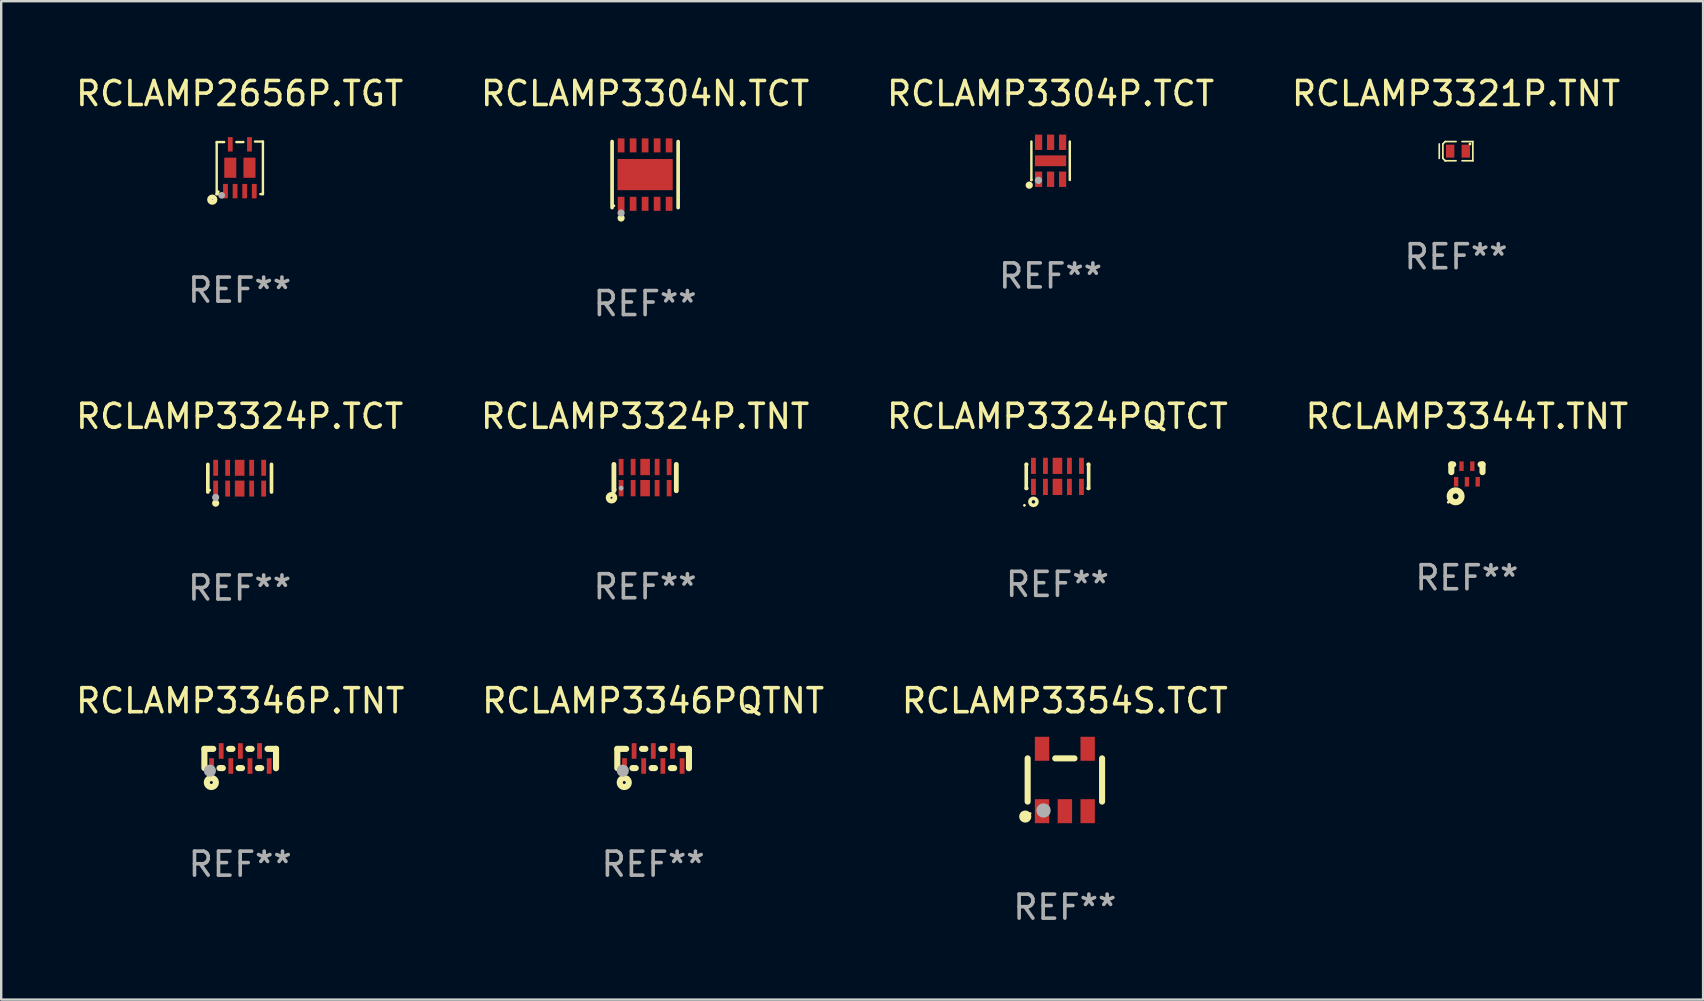
<source format=kicad_pcb>
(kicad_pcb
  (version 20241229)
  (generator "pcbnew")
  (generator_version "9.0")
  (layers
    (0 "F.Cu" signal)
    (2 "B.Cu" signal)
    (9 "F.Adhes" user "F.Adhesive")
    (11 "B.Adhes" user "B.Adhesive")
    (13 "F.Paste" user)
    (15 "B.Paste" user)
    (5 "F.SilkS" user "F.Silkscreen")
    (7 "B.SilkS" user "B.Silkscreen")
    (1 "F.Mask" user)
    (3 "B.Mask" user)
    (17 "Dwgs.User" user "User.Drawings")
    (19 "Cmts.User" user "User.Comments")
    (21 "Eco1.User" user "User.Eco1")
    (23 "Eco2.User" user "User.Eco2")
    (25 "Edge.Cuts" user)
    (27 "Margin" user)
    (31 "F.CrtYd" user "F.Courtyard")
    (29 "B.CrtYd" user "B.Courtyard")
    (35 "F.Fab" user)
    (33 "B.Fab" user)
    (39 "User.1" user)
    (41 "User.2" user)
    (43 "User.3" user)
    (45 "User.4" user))
  (footprint "RCLAMP3324PQTCT"
    (layer "F.Cu")
    (at 41.006 16.797)
    (property "Reference" "RCLAMP3324PQTCT" (at 0 -2.5 0) (layer "F.SilkS") (effects (font (size 1 1) (thickness 0.15))))
    (attr through_hole)
    (fp_line (start -1.3 -0.5) (end -1.3 0.5) (stroke (width 0.15) (type solid)) (layer "F.SilkS"))
    (fp_line (start -1.3 -0.5) (end -1.279 -0.5) (stroke (width 0.15) (type solid)) (layer "F.SilkS"))
    (fp_line (start -1.3 0.5) (end -1.279 0.5) (stroke (width 0.15) (type solid)) (layer "F.SilkS"))
    (fp_line (start 1.279 -0.5) (end 1.3 -0.5) (stroke (width 0.15) (type solid)) (layer "F.SilkS"))
    (fp_line (start 1.279 0.5) (end 1.3 0.5) (stroke (width 0.15) (type solid)) (layer "F.SilkS"))
    (fp_line (start 1.3 -0.5) (end 1.3 0.5) (stroke (width 0.15) (type solid)) (layer "F.SilkS"))
    (fp_circle (center -1.375 1.207) (end -1.345 1.207) (stroke (width 0.06) (type solid)) (fill no) (layer "F.SilkS"))
    (fp_circle (center -1 1.06) (end -0.928 1.06) (stroke (width 0.15) (type solid)) (fill no) (layer "F.SilkS"))
    (fp_text user "REF**" (at 0 4.5 0) (layer "F.Fab") (effects (font (size 1 1) (thickness 0.15))))
    (pad "1" smd rect (at -1 0.438) (size 0.2 0.675) (layers "F.Cu" "F.Mask" "F.Paste"))
    (pad "2" smd rect (at -0.5 0.438) (size 0.2 0.675) (layers "F.Cu" "F.Mask" "F.Paste"))
    (pad "3" smd rect (at 0 0.438) (size 0.4 0.675) (layers "F.Cu" "F.Mask" "F.Paste"))
    (pad "4" smd rect (at 0.5 0.438) (size 0.2 0.675) (layers "F.Cu" "F.Mask" "F.Paste"))
    (pad "5" smd rect (at 1 0.438) (size 0.2 0.675) (layers "F.Cu" "F.Mask" "F.Paste"))
    (pad "6" smd rect (at 1 -0.438) (size 0.2 0.675) (layers "F.Cu" "F.Mask" "F.Paste"))
    (pad "7" smd rect (at 0.5 -0.438) (size 0.2 0.675) (layers "F.Cu" "F.Mask" "F.Paste"))
    (pad "8" smd rect (at 0 -0.438) (size 0.4 0.675) (layers "F.Cu" "F.Mask" "F.Paste"))
    (pad "9" smd rect (at -0.5 -0.438) (size 0.2 0.675) (layers "F.Cu" "F.Mask" "F.Paste"))
    (pad "10" smd rect (at -1 -0.438) (size 0.2 0.675) (layers "F.Cu" "F.Mask" "F.Paste")))
  (footprint "RCLAMP3304P.TCT"
    (layer "F.Cu")
    (at 40.72 3.648)
    (property "Reference" "RCLAMP3304P.TCT" (at 0 -2.8 0) (layer "F.SilkS") (effects (font (size 1 1) (thickness 0.15))))
    (attr through_hole)
    (fp_line (start -0.8 0.8) (end -0.8 -0.8) (stroke (width 0.102) (type solid)) (layer "F.SilkS"))
    (fp_line (start 0.8 0.8) (end 0.8 -0.8) (stroke (width 0.102) (type solid)) (layer "F.SilkS"))
    (fp_circle (center -0.889 1.016) (end -0.813 1.016) (stroke (width 0.152) (type solid)) (fill no) (layer "F.SilkS"))
    (fp_circle (center -0.8 0.8) (end -0.77 0.8) (stroke (width 0.06) (type solid)) (fill no) (layer "F.SilkS"))
    (fp_circle (center -0.506 0.815) (end -0.43 0.815) (stroke (width 0.152) (type solid)) (fill no) (layer "F.Fab"))
    (fp_text user "REF**" (at 0 4.8 0) (layer "F.Fab") (effects (font (size 1 1) (thickness 0.15))))
    (pad "1" smd rect (at -0.498 0.77 180) (size 0.3 0.64) (layers "F.Cu" "F.Mask" "F.Paste"))
    (pad "2" smd rect (at -0.000025 0.77 180) (size 0.3 0.64) (layers "F.Cu" "F.Mask" "F.Paste"))
    (pad "3" smd rect (at 0.5 0.77 180) (size 0.3 0.64) (layers "F.Cu" "F.Mask" "F.Paste"))
    (pad "4" smd rect (at 0.5 -0.77 180) (size 0.3 0.64) (layers "F.Cu" "F.Mask" "F.Paste"))
    (pad "5" smd rect (at -0.000025 -0.77) (size 0.3 0.64) (layers "F.Cu" "F.Mask" "F.Paste"))
    (pad "6" smd rect (at -0.5 -0.77) (size 0.3 0.64) (layers "F.Cu" "F.Mask" "F.Paste"))
    (pad "7" smd rect (at -0.002 0.001 90) (size 0.45 1.3) (layers "F.Cu" "F.Mask" "F.Paste")))
  (footprint "RCLAMP3321P.TNT"
    (layer "F.Cu")
    (at 57.613 3.248)
    (property "Reference" "RCLAMP3321P.TNT" (at 0 -2.4 0) (layer "F.SilkS") (effects (font (size 1 1) (thickness 0.15))))
    (attr through_hole)
    (fp_line (start -0.7 -0.3) (end -0.7 0.3) (stroke (width 0.07) (type solid)) (layer "F.SilkS"))
    (fp_line (start -0.55 -0.301) (end -0.55 0.299) (stroke (width 0.07) (type solid)) (layer "F.SilkS"))
    (fp_line (start -0.451 -0.4) (end -0.55 -0.301) (stroke (width 0.07) (type solid)) (layer "F.SilkS"))
    (fp_line (start -0.45 0.399) (end -0.55 0.299) (stroke (width 0.07) (type solid)) (layer "F.SilkS"))
    (fp_line (start -0.45 0.4) (end -0.45 0.399) (stroke (width 0.07) (type solid)) (layer "F.SilkS"))
    (fp_line (start 0.000038 0.4) (end -0.45 0.4) (stroke (width 0.07) (type solid)) (layer "F.SilkS"))
    (fp_line (start 0.001 -0.4) (end -0.451 -0.4) (stroke (width 0.07) (type solid)) (layer "F.SilkS"))
    (fp_line (start 0.699 -0.4) (end 0.25 -0.4) (stroke (width 0.07) (type solid)) (layer "F.SilkS"))
    (fp_line (start 0.7 0.4) (end 0.25 0.4) (stroke (width 0.07) (type solid)) (layer "F.SilkS"))
    (fp_line (start 0.7 0.4) (end 0.699 -0.4) (stroke (width 0.07) (type solid)) (layer "F.SilkS"))
    (fp_circle (center 0.58 -0.3) (end 0.61 -0.3) (stroke (width 0.06) (type solid)) (fill no) (layer "F.SilkS"))
    (fp_text user "REF**" (at 0 4.4 0) (layer "F.Fab") (effects (font (size 1 1) (thickness 0.15))))
    (pad "1" smd rect (at 0.405 -0.000368 180) (size 0.349 0.54) (layers "F.Cu" "F.Mask" "F.Paste"))
    (pad "2" smd rect (at -0.245 -0.000368 180) (size 0.349 0.54) (layers "F.Cu" "F.Mask" "F.Paste")))
  (footprint "RCLAMP3304N.TCT"
    (layer "F.Cu")
    (at 23.827 4.224)
    (property "Reference" "RCLAMP3304N.TCT" (at 0 -3.376 0) (layer "F.SilkS") (effects (font (size 1 1) (thickness 0.15))))
    (attr through_hole)
    (fp_line (start -1.376 1.376) (end -1.376 -1.376) (stroke (width 0.152) (type solid)) (layer "F.SilkS"))
    (fp_line (start 1.376 1.376) (end 1.376 -1.376) (stroke (width 0.152) (type solid)) (layer "F.SilkS"))
    (fp_circle (center -1.3 1.3) (end -1.27 1.3) (stroke (width 0.06) (type solid)) (fill no) (layer "F.SilkS"))
    (fp_circle (center -1 1.81) (end -0.925 1.81) (stroke (width 0.15) (type solid)) (fill no) (layer "F.SilkS"))
    (fp_circle (center -1 1.6) (end -0.925 1.6) (stroke (width 0.15) (type solid)) (fill no) (layer "F.Fab"))
    (fp_text user "REF**" (at 0 5.376 0) (layer "F.Fab") (effects (font (size 1 1) (thickness 0.15))))
    (pad "1" smd rect (at -1 1.217) (size 0.28 0.585) (layers "F.Cu" "F.Mask" "F.Paste"))
    (pad "2" smd rect (at -0.5 1.217) (size 0.28 0.585) (layers "F.Cu" "F.Mask" "F.Paste"))
    (pad "3" smd rect (at 0 1.217) (size 0.28 0.585) (layers "F.Cu" "F.Mask" "F.Paste"))
    (pad "4" smd rect (at 0.5 1.217) (size 0.28 0.585) (layers "F.Cu" "F.Mask" "F.Paste"))
    (pad "5" smd rect (at 1 1.217) (size 0.28 0.585) (layers "F.Cu" "F.Mask" "F.Paste"))
    (pad "6" smd rect (at 1 -1.217) (size 0.28 0.585) (layers "F.Cu" "F.Mask" "F.Paste"))
    (pad "7" smd rect (at 0.5 -1.217) (size 0.28 0.585) (layers "F.Cu" "F.Mask" "F.Paste"))
    (pad "8" smd rect (at 0 -1.217) (size 0.28 0.585) (layers "F.Cu" "F.Mask" "F.Paste"))
    (pad "9" smd rect (at -0.5 -1.217) (size 0.28 0.585) (layers "F.Cu" "F.Mask" "F.Paste"))
    (pad "10" smd rect (at -1 -1.217) (size 0.28 0.585) (layers "F.Cu" "F.Mask" "F.Paste"))
    (pad "11" smd rect (at 0 0) (size 2.3 1.3) (layers "F.Cu" "F.Mask" "F.Paste")))
  (footprint "RCLAMP2656P.TGT"
    (layer "F.Cu")
    (at 6.935 3.943)
    (property "Reference" "RCLAMP2656P.TGT" (at 0 -3.095 0) (layer "F.SilkS") (effects (font (size 1 1) (thickness 0.15))))
    (attr through_hole)
    (fp_line (start -0.957 -1.075) (end -0.645 -1.075) (stroke (width 0.1) (type solid)) (layer "F.SilkS"))
    (fp_line (start -0.957 1.094) (end -0.957 -1.075) (stroke (width 0.1) (type solid)) (layer "F.SilkS"))
    (fp_line (start -0.845 1.095) (end -0.969 1.095) (stroke (width 0.1) (type solid)) (layer "F.SilkS"))
    (fp_line (start -0.137 -1.075) (end 0.155 -1.075) (stroke (width 0.1) (type solid)) (layer "F.SilkS"))
    (fp_line (start 0.639 -1.095) (end 0.969 -1.095) (stroke (width 0.1) (type solid)) (layer "F.SilkS"))
    (fp_line (start 0.969 -1.095) (end 0.969 1.045) (stroke (width 0.1) (type solid)) (layer "F.SilkS"))
    (fp_line (start 0.969 1.045) (end 0.969 1.095) (stroke (width 0.1) (type solid)) (layer "F.SilkS"))
    (fp_line (start 0.969 1.095) (end 0.863 1.095) (stroke (width 0.1) (type solid)) (layer "F.SilkS"))
    (fp_circle (center -1.141 1.325) (end -1.027 1.325) (stroke (width 0.2) (type solid)) (fill no) (layer "F.SilkS"))
    (fp_circle (center -0.891 0.995) (end -0.861 0.995) (stroke (width 0.06) (type solid)) (fill no) (layer "F.SilkS"))
    (fp_circle (center -0.751 1.145) (end -0.681 1.145) (stroke (width 0.14) (type solid)) (fill no) (layer "F.Fab"))
    (fp_text user "REF**" (at 0 5.095 0) (layer "F.Fab") (effects (font (size 1 1) (thickness 0.15))))
    (pad "1" smd rect (at -0.591 0.97) (size 0.2 0.6) (layers "F.Cu" "F.Mask" "F.Paste"))
    (pad "2" smd rect (at -0.191 0.97) (size 0.2 0.6) (layers "F.Cu" "F.Mask" "F.Paste"))
    (pad "3" smd rect (at 0.209 0.97) (size 0.2 0.6) (layers "F.Cu" "F.Mask" "F.Paste"))
    (pad "4" smd rect (at 0.609 0.97) (size 0.2 0.6) (layers "F.Cu" "F.Mask" "F.Paste"))
    (pad "5" smd rect (at 0.409 -0.98) (size 0.2 0.6) (layers "F.Cu" "F.Mask" "F.Paste"))
    (pad "6" smd rect (at -0.391 -0.98) (size 0.2 0.6) (layers "F.Cu" "F.Mask" "F.Paste"))
    (pad "7" smd rect (at -0.391 -0.005) (size 0.5 0.84) (layers "F.Cu" "F.Mask" "F.Paste"))
    (pad "8" smd rect (at 0.409 -0.005) (size 0.5 0.84) (layers "F.Cu" "F.Mask" "F.Paste")))
  (footprint "RCLAMP3324P.TCT"
    (layer "F.Cu")
    (at 6.935 16.873)
    (property "Reference" "RCLAMP3324P.TCT" (at 0 -2.576 0) (layer "F.SilkS") (effects (font (size 1 1) (thickness 0.15))))
    (attr through_hole)
    (fp_line (start -1.326 0.576) (end -1.326 -0.576) (stroke (width 0.152) (type solid)) (layer "F.SilkS"))
    (fp_line (start 1.326 0.576) (end 1.326 -0.576) (stroke (width 0.152) (type solid)) (layer "F.SilkS"))
    (fp_circle (center -1.25 0.5) (end -1.22 0.5) (stroke (width 0.06) (type solid)) (fill no) (layer "F.SilkS"))
    (fp_circle (center -1 1.04) (end -0.925 1.04) (stroke (width 0.15) (type solid)) (fill no) (layer "F.SilkS"))
    (fp_circle (center -1 0.8) (end -0.925 0.8) (stroke (width 0.15) (type solid)) (fill no) (layer "F.Fab"))
    (fp_text user "REF**" (at 0 4.576 0) (layer "F.Fab") (effects (font (size 1 1) (thickness 0.15))))
    (pad "1" smd rect (at -1 0.433) (size 0.2 0.665) (layers "F.Cu" "F.Mask" "F.Paste"))
    (pad "2" smd rect (at -0.5 0.433) (size 0.2 0.665) (layers "F.Cu" "F.Mask" "F.Paste"))
    (pad "3" smd rect (at 0 0.433) (size 0.4 0.665) (layers "F.Cu" "F.Mask" "F.Paste"))
    (pad "4" smd rect (at 0.5 0.433) (size 0.2 0.665) (layers "F.Cu" "F.Mask" "F.Paste"))
    (pad "5" smd rect (at 1 0.433) (size 0.2 0.665) (layers "F.Cu" "F.Mask" "F.Paste"))
    (pad "6" smd rect (at 1 -0.433) (size 0.2 0.665) (layers "F.Cu" "F.Mask" "F.Paste"))
    (pad "7" smd rect (at 0.5 -0.433) (size 0.2 0.665) (layers "F.Cu" "F.Mask" "F.Paste"))
    (pad "8" smd rect (at 0 -0.433) (size 0.4 0.665) (layers "F.Cu" "F.Mask" "F.Paste"))
    (pad "9" smd rect (at -0.5 -0.433) (size 0.2 0.665) (layers "F.Cu" "F.Mask" "F.Paste"))
    (pad "10" smd rect (at -1 -0.433) (size 0.2 0.665) (layers "F.Cu" "F.Mask" "F.Paste")))
  (footprint "RCLAMP3324P.TNT"
    (layer "F.Cu")
    (at 23.827 16.847)
    (property "Reference" "RCLAMP3324P.TNT" (at 0 -2.55 0) (layer "F.SilkS") (effects (font (size 1 1) (thickness 0.15))))
    (attr through_hole)
    (fp_line (start -1.3 -0.55) (end -1.3 0.55) (stroke (width 0.2) (type solid)) (layer "F.SilkS"))
    (fp_line (start 1.3 -0.55) (end 1.3 0.55) (stroke (width 0.2) (type solid)) (layer "F.SilkS"))
    (fp_circle (center -1.4 0.84) (end -1.359 0.84) (stroke (width 0.2) (type solid)) (fill no) (layer "F.SilkS"))
    (fp_circle (center -1.25 0.5) (end -1.22 0.5) (stroke (width 0.06) (type solid)) (fill no) (layer "F.SilkS"))
    (fp_circle (center -1 0.44) (end -0.95 0.44) (stroke (width 0.1) (type solid)) (fill no) (layer "F.Fab"))
    (fp_text user "REF**" (at 0 4.55 0) (layer "F.Fab") (effects (font (size 1 1) (thickness 0.15))))
    (pad "1" smd rect (at -1 0.44) (size 0.2 0.68) (layers "F.Cu" "F.Mask" "F.Paste"))
    (pad "2" smd rect (at -0.5 0.44) (size 0.2 0.68) (layers "F.Cu" "F.Mask" "F.Paste"))
    (pad "3" smd rect (at 0.000254 0.44) (size 0.4 0.68) (layers "F.Cu" "F.Mask" "F.Paste"))
    (pad "4" smd rect (at 0.5 0.44) (size 0.2 0.68) (layers "F.Cu" "F.Mask" "F.Paste"))
    (pad "5" smd rect (at 1 0.44) (size 0.2 0.68) (layers "F.Cu" "F.Mask" "F.Paste"))
    (pad "6" smd rect (at 1 -0.44) (size 0.2 0.68) (layers "F.Cu" "F.Mask" "F.Paste"))
    (pad "7" smd rect (at 0.5 -0.44) (size 0.2 0.68) (layers "F.Cu" "F.Mask" "F.Paste"))
    (pad "8" smd rect (at 0.000254 -0.44) (size 0.4 0.68) (layers "F.Cu" "F.Mask" "F.Paste"))
    (pad "9" smd rect (at -0.5 -0.44) (size 0.2 0.68) (layers "F.Cu" "F.Mask" "F.Paste"))
    (pad "10" smd rect (at -1 -0.44) (size 0.2 0.68) (layers "F.Cu" "F.Mask" "F.Paste")))
  (footprint "RCLAMP3344T.TNT"
    (layer "F.Cu")
    (at 58.065 16.66)
    (property "Reference" "RCLAMP3344T.TNT" (at 0 -2.362 0) (layer "F.SilkS") (effects (font (size 1 1) (thickness 0.15))))
    (attr through_hole)
    (fp_line (start -0.65 -0.362) (end -0.65 -0.04) (stroke (width 0.254) (type solid)) (layer "F.SilkS"))
    (fp_line (start -0.65 -0.362) (end -0.571 -0.362) (stroke (width 0.254) (type solid)) (layer "F.SilkS"))
    (fp_line (start 0.571 -0.362) (end 0.65 -0.362) (stroke (width 0.254) (type solid)) (layer "F.SilkS"))
    (fp_line (start 0.65 -0.362) (end 0.65 -0.04) (stroke (width 0.254) (type solid)) (layer "F.SilkS"))
    (fp_circle (center -0.777 1.215) (end -0.747 1.215) (stroke (width 0.06) (type solid)) (fill no) (layer "F.SilkS"))
    (fp_circle (center -0.47 0.967) (end -0.35 0.967) (stroke (width 0.254) (type solid)) (fill no) (layer "F.SilkS"))
    (fp_text user "REF**" (at 0 4.362 0) (layer "F.Fab") (effects (font (size 1 1) (thickness 0.15))))
    (pad "1" smd rect (at -0.45 0.362 90) (size 0.4 0.18) (layers "F.Cu" "F.Mask" "F.Paste"))
    (pad "2" smd rect (at 0 0.362 90) (size 0.4 0.18) (layers "F.Cu" "F.Mask" "F.Paste"))
    (pad "3" smd rect (at 0.45 0.362 90) (size 0.4 0.18) (layers "F.Cu" "F.Mask" "F.Paste"))
    (pad "4" smd rect (at 0.225 -0.287 90) (size 0.4 0.18) (layers "F.Cu" "F.Mask" "F.Paste"))
    (pad "5" smd rect (at -0.225 -0.287 90) (size 0.4 0.18) (layers "F.Cu" "F.Mask" "F.Paste")))
  (footprint "RCLAMP3346P.TNT"
    (layer "F.Cu")
    (at 6.958 28.551)
    (property "Reference" "RCLAMP3346P.TNT" (at 0 -2.405 0) (layer "F.SilkS") (effects (font (size 1 1) (thickness 0.15))))
    (attr through_hole)
    (fp_line (start -1.492 -0.401) (end -1.492 0.399) (stroke (width 0.254) (type solid)) (layer "F.SilkS"))
    (fp_line (start -1.492 -0.401) (end -1.124 -0.401) (stroke (width 0.254) (type solid)) (layer "F.SilkS"))
    (fp_line (start -0.862 0.399) (end -0.724 0.399) (stroke (width 0.254) (type solid)) (layer "F.SilkS"))
    (fp_line (start -0.462 -0.401) (end -0.324 -0.401) (stroke (width 0.254) (type solid)) (layer "F.SilkS"))
    (fp_line (start -0.062 0.399) (end 0.076 0.399) (stroke (width 0.254) (type solid)) (layer "F.SilkS"))
    (fp_line (start 0.338 -0.401) (end 0.476 -0.401) (stroke (width 0.254) (type solid)) (layer "F.SilkS"))
    (fp_line (start 0.738 0.399) (end 0.876 0.399) (stroke (width 0.254) (type solid)) (layer "F.SilkS"))
    (fp_line (start 1.138 -0.401) (end 1.492 -0.401) (stroke (width 0.254) (type solid)) (layer "F.SilkS"))
    (fp_line (start 1.492 -0.405) (end 1.492 0.405) (stroke (width 0.254) (type solid)) (layer "F.SilkS"))
    (fp_circle (center -1.343 0.4) (end -1.313 0.4) (stroke (width 0.06) (type solid)) (fill no) (layer "F.SilkS"))
    (fp_circle (center -1.203 1) (end -1.142 1) (stroke (width 0.254) (type solid)) (fill no) (layer "F.SilkS"))
    (fp_circle (center -1.263 0.508) (end -1.136 0.508) (stroke (width 0.254) (type solid)) (fill no) (layer "F.Fab"))
    (fp_text user "REF**" (at 0 4.405 0) (layer "F.Fab") (effects (font (size 1 1) (thickness 0.15))))
    (pad "1" smd rect (at -1.193 0.312) (size 0.2 0.65) (layers "F.Cu" "F.Mask" "F.Paste"))
    (pad "2" smd rect (at -0.393 0.312) (size 0.2 0.65) (layers "F.Cu" "F.Mask" "F.Paste"))
    (pad "3" smd rect (at 0.407 0.312) (size 0.2 0.65) (layers "F.Cu" "F.Mask" "F.Paste"))
    (pad "4" smd rect (at 1.207 0.312) (size 0.2 0.65) (layers "F.Cu" "F.Mask" "F.Paste"))
    (pad "5" smd rect (at 0.807 -0.313) (size 0.2 0.65) (layers "F.Cu" "F.Mask" "F.Paste"))
    (pad "6" smd rect (at 0.007 -0.313) (size 0.2 0.65) (layers "F.Cu" "F.Mask" "F.Paste"))
    (pad "7" smd rect (at -0.793 -0.313) (size 0.2 0.65) (layers "F.Cu" "F.Mask" "F.Paste")))
  (footprint "RCLAMP3354S.TCT"
    (layer "F.Cu")
    (at 41.315 29.446)
    (property "Reference" "RCLAMP3354S.TCT" (at 0 -3.3 0) (layer "F.SilkS") (effects (font (size 1 1) (thickness 0.15))))
    (attr through_hole)
    (fp_line (start -1.55 -0.9) (end -1.55 0.9) (stroke (width 0.254) (type solid)) (layer "F.SilkS"))
    (fp_line (start -0.4 -0.9) (end 0.4 -0.9) (stroke (width 0.254) (type solid)) (layer "F.SilkS"))
    (fp_line (start 1.55 -0.9) (end 1.55 0.9) (stroke (width 0.254) (type solid)) (layer "F.SilkS"))
    (fp_circle (center -1.651 1.524) (end -1.524 1.524) (stroke (width 0.254) (type solid)) (fill no) (layer "F.SilkS"))
    (fp_circle (center -1.45 1.4) (end -1.42 1.4) (stroke (width 0.06) (type solid)) (fill no) (layer "F.SilkS"))
    (fp_circle (center -0.889 1.27) (end -0.739 1.27) (stroke (width 0.3) (type solid)) (fill no) (layer "F.Fab"))
    (fp_text user "REF**" (at 0 5.3 0) (layer "F.Fab") (effects (font (size 1 1) (thickness 0.15))))
    (pad "1" smd rect (at -0.95 1.3 270) (size 1 0.6) (layers "F.Cu" "F.Mask" "F.Paste"))
    (pad "2" smd rect (at 0.000025 1.3 270) (size 1 0.6) (layers "F.Cu" "F.Mask" "F.Paste"))
    (pad "3" smd rect (at 0.95 1.3 270) (size 1 0.6) (layers "F.Cu" "F.Mask" "F.Paste"))
    (pad "4" smd rect (at 0.95 -1.3 270) (size 1 0.6) (layers "F.Cu" "F.Mask" "F.Paste"))
    (pad "5" smd rect (at -0.95 -1.3 270) (size 1 0.6) (layers "F.Cu" "F.Mask" "F.Paste")))
  (footprint "RCLAMP3346PQTNT"
    (layer "F.Cu")
    (at 24.161 28.551)
    (property "Reference" "RCLAMP3346PQTNT" (at 0 -2.405 0) (layer "F.SilkS") (effects (font (size 1 1) (thickness 0.15))))
    (attr through_hole)
    (fp_line (start -1.492 -0.401) (end -1.492 0.399) (stroke (width 0.254) (type solid)) (layer "F.SilkS"))
    (fp_line (start -1.492 -0.401) (end -1.124 -0.401) (stroke (width 0.254) (type solid)) (layer "F.SilkS"))
    (fp_line (start -0.862 0.399) (end -0.724 0.399) (stroke (width 0.254) (type solid)) (layer "F.SilkS"))
    (fp_line (start -0.462 -0.401) (end -0.324 -0.401) (stroke (width 0.254) (type solid)) (layer "F.SilkS"))
    (fp_line (start -0.062 0.399) (end 0.076 0.399) (stroke (width 0.254) (type solid)) (layer "F.SilkS"))
    (fp_line (start 0.338 -0.401) (end 0.476 -0.401) (stroke (width 0.254) (type solid)) (layer "F.SilkS"))
    (fp_line (start 0.738 0.399) (end 0.876 0.399) (stroke (width 0.254) (type solid)) (layer "F.SilkS"))
    (fp_line (start 1.138 -0.401) (end 1.492 -0.401) (stroke (width 0.254) (type solid)) (layer "F.SilkS"))
    (fp_line (start 1.492 -0.405) (end 1.492 0.405) (stroke (width 0.254) (type solid)) (layer "F.SilkS"))
    (fp_circle (center -1.343 0.4) (end -1.313 0.4) (stroke (width 0.06) (type solid)) (fill no) (layer "F.SilkS"))
    (fp_circle (center -1.203 1) (end -1.142 1) (stroke (width 0.254) (type solid)) (fill no) (layer "F.SilkS"))
    (fp_circle (center -1.263 0.508) (end -1.136 0.508) (stroke (width 0.254) (type solid)) (fill no) (layer "F.Fab"))
    (fp_text user "REF**" (at 0 4.405 0) (layer "F.Fab") (effects (font (size 1 1) (thickness 0.15))))
    (pad "1" smd rect (at -1.193 0.312) (size 0.2 0.65) (layers "F.Cu" "F.Mask" "F.Paste"))
    (pad "2" smd rect (at -0.393 0.312) (size 0.2 0.65) (layers "F.Cu" "F.Mask" "F.Paste"))
    (pad "3" smd rect (at 0.407 0.312) (size 0.2 0.65) (layers "F.Cu" "F.Mask" "F.Paste"))
    (pad "4" smd rect (at 1.207 0.312) (size 0.2 0.65) (layers "F.Cu" "F.Mask" "F.Paste"))
    (pad "5" smd rect (at 0.807 -0.313) (size 0.2 0.65) (layers "F.Cu" "F.Mask" "F.Paste"))
    (pad "6" smd rect (at 0.007 -0.313) (size 0.2 0.65) (layers "F.Cu" "F.Mask" "F.Paste"))
    (pad "7" smd rect (at -0.793 -0.313) (size 0.2 0.65) (layers "F.Cu" "F.Mask" "F.Paste")))
  (gr_rect
    (start -3 -3)
    (end 67.905 38.595)
    (stroke (width 0.1) (type default))
    (fill no)
    (layer "Edge.Cuts")))
</source>
